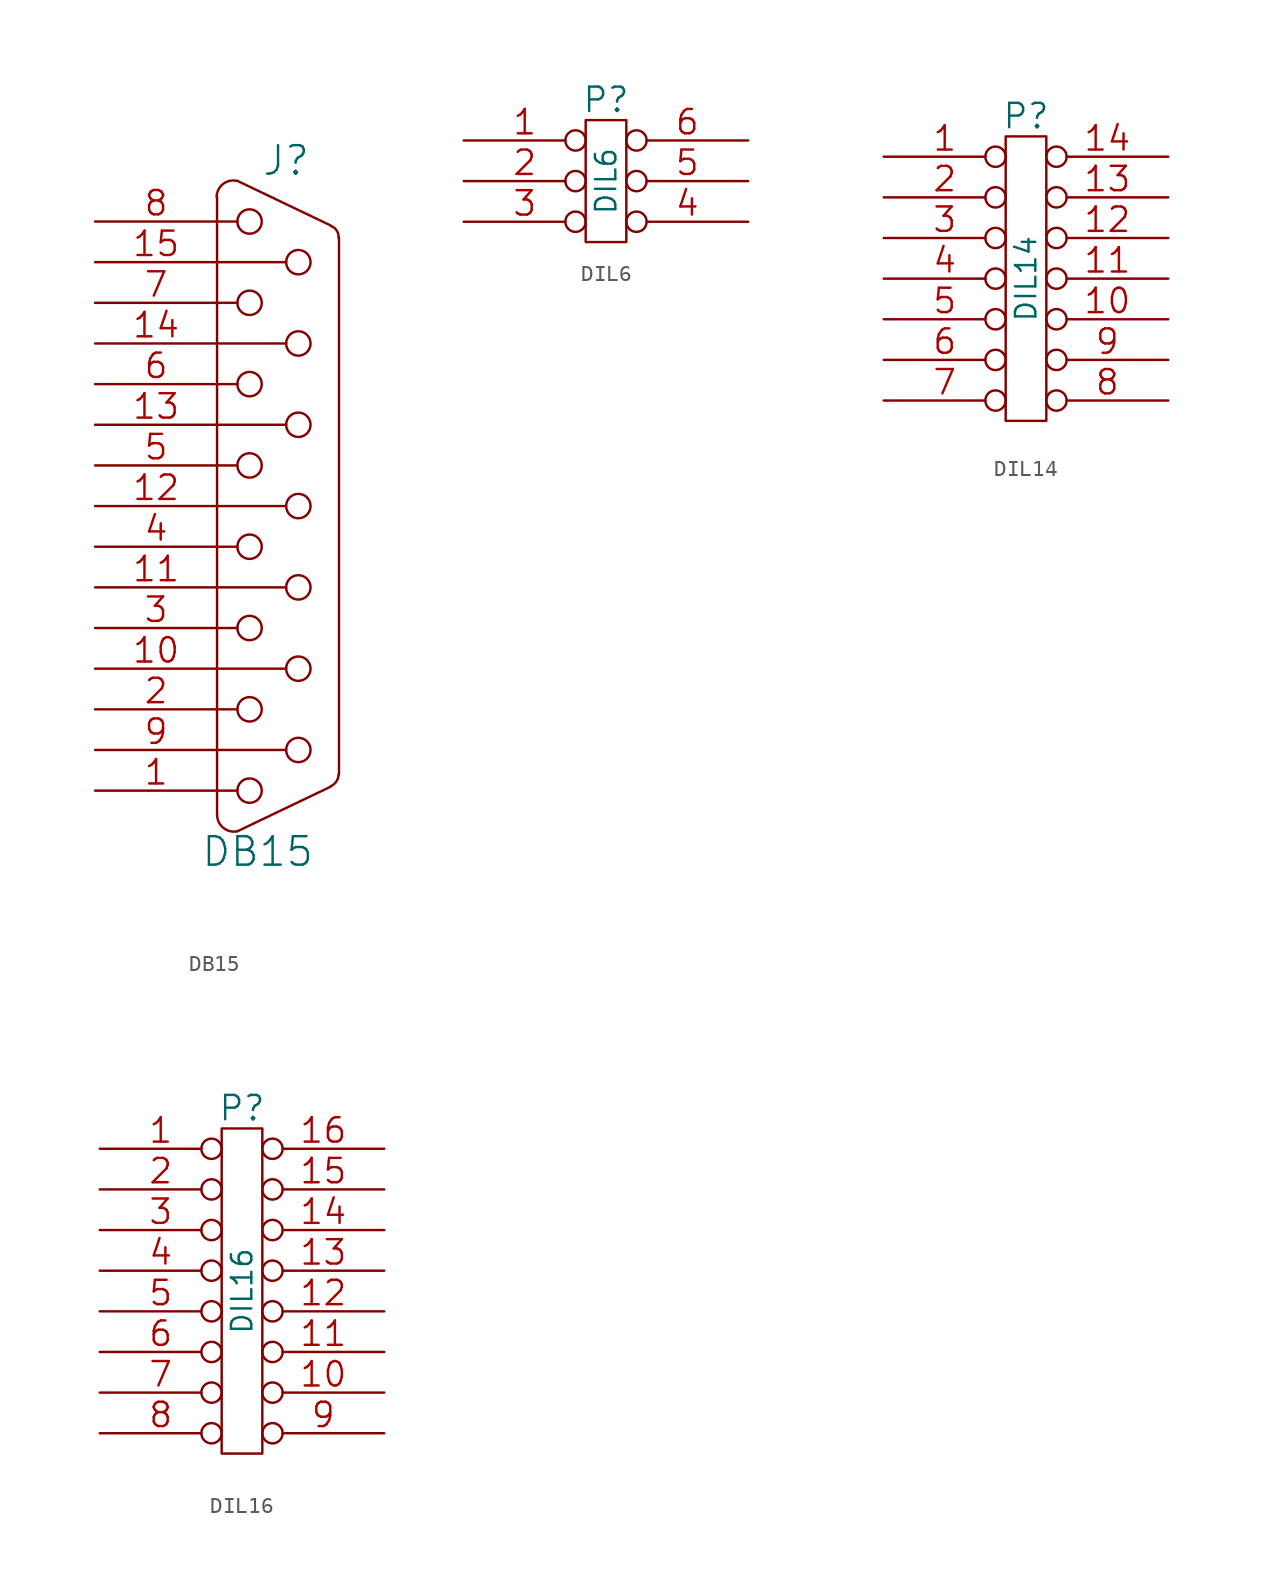
<source format=kicad_sym>
(kicad_symbol_lib
  (version 20220914)
  (generator kicad_symbol_editor)
  (symbol "DB15"
    (pin_names
      (offset 1.016) hide)
    (property "Reference" "J"
      (at 0.508 21.59 0)
      (effects (font (size 1.778 1.778))))
    (property "Value" "DB15"
      (at -1.27 -21.59 0)
      (effects (font (size 1.778 1.778))))
    (property "Footprint" ""
      (at 0 0 0)
      (effects (font (size 1.524 1.524))))
    (property "Datasheet" ""
      (at 0 0 0)
      (effects (font (size 1.524 1.524))))
    (symbol "DB15_0_1"
      (arc (start -3.81 -19.304) (mid -3.4118 -20.1103) (end -2.54 -20.32) (stroke (width 0) (type default)) (fill (type none)))
      (arc (start -2.5654 20.32) (mid -3.4446 20.1172) (end -3.8354 19.304) (stroke (width 0) (type default)) (fill (type none)))
      (circle (center -1.778 -17.78) (radius 0.762) (stroke (width 0) (type default)) (fill (type none)))
      (circle (center -1.778 -12.7) (radius 0.762) (stroke (width 0) (type default)) (fill (type none)))
      (circle (center -1.778 -7.62) (radius 0.762) (stroke (width 0) (type default)) (fill (type none)))
      (circle (center -1.778 -2.54) (radius 0.762) (stroke (width 0) (type default)) (fill (type none)))
      (circle (center -1.778 2.54) (radius 0.762) (stroke (width 0) (type default)) (fill (type none)))
      (circle (center -1.778 7.62) (radius 0.762) (stroke (width 0) (type default)) (fill (type none)))
      (circle (center -1.778 12.7) (radius 0.762) (stroke (width 0) (type default)) (fill (type none)))
      (circle (center -1.778 17.78) (radius 0.762) (stroke (width 0) (type default)) (fill (type none)))
      (polyline (pts (xy -3.81 -19.304) (xy -3.81 19.304)) (stroke (width 0) (type default)) (fill (type none)))
      (polyline (pts (xy -3.81 -17.78) (xy -2.54 -17.78)) (stroke (width 0) (type default)) (fill (type none)))
      (polyline (pts (xy -3.81 -15.24) (xy 0.508 -15.24)) (stroke (width 0) (type default)) (fill (type none)))
      (polyline (pts (xy -3.81 -12.7) (xy -2.54 -12.7)) (stroke (width 0) (type default)) (fill (type none)))
      (polyline (pts (xy -3.81 -10.16) (xy 0.508 -10.16)) (stroke (width 0) (type default)) (fill (type none)))
      (polyline (pts (xy -3.81 -7.62) (xy -2.54 -7.62)) (stroke (width 0) (type default)) (fill (type none)))
      (polyline (pts (xy -3.81 -5.08) (xy 0.508 -5.08)) (stroke (width 0) (type default)) (fill (type none)))
      (polyline (pts (xy -3.81 -2.54) (xy -2.54 -2.54)) (stroke (width 0) (type default)) (fill (type none)))
      (polyline (pts (xy -3.81 0) (xy 0.508 0)) (stroke (width 0) (type default)) (fill (type none)))
      (polyline (pts (xy -3.81 2.54) (xy -2.54 2.54)) (stroke (width 0) (type default)) (fill (type none)))
      (polyline (pts (xy -3.81 5.08) (xy 0.508 5.08)) (stroke (width 0) (type default)) (fill (type none)))
      (polyline (pts (xy -3.81 7.62) (xy -2.54 7.62)) (stroke (width 0) (type default)) (fill (type none)))
      (polyline (pts (xy -3.81 10.16) (xy 0.508 10.16)) (stroke (width 0) (type default)) (fill (type none)))
      (polyline (pts (xy -3.81 12.7) (xy -2.54 12.7)) (stroke (width 0) (type default)) (fill (type none)))
      (polyline (pts (xy -3.81 15.24) (xy 0.508 15.24)) (stroke (width 0) (type default)) (fill (type none)))
      (polyline (pts (xy -3.81 17.78) (xy -2.54 17.78)) (stroke (width 0) (type default)) (fill (type none)))
      (polyline (pts (xy 3.302 -17.526) (xy -2.54 -20.32)) (stroke (width 0) (type default)) (fill (type none)))
      (polyline (pts (xy 3.302 17.526) (xy -2.54 20.32)) (stroke (width 0) (type default)) (fill (type none)))
      (polyline (pts (xy 3.81 -16.764) (xy 3.81 16.764)) (stroke (width 0) (type default)) (fill (type none)))
      (circle (center 1.27 -15.24) (radius 0.762) (stroke (width 0) (type default)) (fill (type none)))
      (circle (center 1.27 -10.16) (radius 0.762) (stroke (width 0) (type default)) (fill (type none)))
      (circle (center 1.27 -5.08) (radius 0.762) (stroke (width 0) (type default)) (fill (type none)))
      (circle (center 1.27 0) (radius 0.762) (stroke (width 0) (type default)) (fill (type none)))
      (circle (center 1.27 5.08) (radius 0.762) (stroke (width 0) (type default)) (fill (type none)))
      (circle (center 1.27 10.16) (radius 0.762) (stroke (width 0) (type default)) (fill (type none)))
      (circle (center 1.27 15.24) (radius 0.762) (stroke (width 0) (type default)) (fill (type none)))
      (arc (start 3.302 -17.5006) (mid 3.6494 -17.2028) (end 3.7846 -16.764) (stroke (width 0) (type default)) (fill (type none)))
      (arc (start 3.7846 16.764) (mid 3.6682 17.2155) (end 3.302 17.5006) (stroke (width 0) (type default)) (fill (type none))))
    (symbol "DB15_1_1"
      (pin passive line (at -11.43 -17.78 0) (length 7.62) (name "1" (effects (font (size 1.524 1.524)))) (number "1" (effects (font (size 1.524 1.524)))))
      (pin passive line (at -11.43 -10.16 0) (length 7.62) (name "P10" (effects (font (size 1.524 1.524)))) (number "10" (effects (font (size 1.524 1.524)))))
      (pin passive line (at -11.43 -5.08 0) (length 7.62) (name "P111" (effects (font (size 1.524 1.524)))) (number "11" (effects (font (size 1.524 1.524)))))
      (pin passive line (at -11.43 0 0) (length 7.62) (name "P12" (effects (font (size 1.524 1.524)))) (number "12" (effects (font (size 1.524 1.524)))))
      (pin passive line (at -11.43 5.08 0) (length 7.62) (name "P13" (effects (font (size 1.524 1.524)))) (number "13" (effects (font (size 1.524 1.524)))))
      (pin passive line (at -11.43 10.16 0) (length 7.62) (name "P14" (effects (font (size 1.524 1.524)))) (number "14" (effects (font (size 1.524 1.524)))))
      (pin passive line (at -11.43 15.24 0) (length 7.62) (name "P15" (effects (font (size 1.524 1.524)))) (number "15" (effects (font (size 1.524 1.524)))))
      (pin passive line (at -11.43 -12.7 0) (length 7.62) (name "2" (effects (font (size 1.524 1.524)))) (number "2" (effects (font (size 1.524 1.524)))))
      (pin passive line (at -11.43 -7.62 0) (length 7.62) (name "3" (effects (font (size 1.524 1.524)))) (number "3" (effects (font (size 1.524 1.524)))))
      (pin passive line (at -11.43 -2.54 0) (length 7.62) (name "4" (effects (font (size 1.524 1.524)))) (number "4" (effects (font (size 1.524 1.524)))))
      (pin passive line (at -11.43 2.54 0) (length 7.62) (name "5" (effects (font (size 1.524 1.524)))) (number "5" (effects (font (size 1.524 1.524)))))
      (pin passive line (at -11.43 7.62 0) (length 7.62) (name "6" (effects (font (size 1.524 1.524)))) (number "6" (effects (font (size 1.524 1.524)))))
      (pin passive line (at -11.43 12.7 0) (length 7.62) (name "7" (effects (font (size 1.524 1.524)))) (number "7" (effects (font (size 1.524 1.524)))))
      (pin passive line (at -11.43 17.78 0) (length 7.62) (name "8" (effects (font (size 1.524 1.524)))) (number "8" (effects (font (size 1.524 1.524)))))
      (pin passive line (at -11.43 -15.24 0) (length 7.62) (name "P9" (effects (font (size 1.524 1.524)))) (number "9" (effects (font (size 1.524 1.524)))))))
  (symbol "DIL6"
    (pin_names
      (offset 1.016) hide)
    (property "Reference" "P"
      (at 0 5.08 0)
      (effects (font (size 1.524 1.524))))
    (property "Value" "DIL6"
      (at 0 0 90)
      (effects (font (size 1.27 1.27))))
    (property "Footprint" ""
      (at 0 0 0)
      (effects (font (size 1.524 1.524))))
    (property "Datasheet" ""
      (at 0 0 0)
      (effects (font (size 1.524 1.524))))
    (symbol "DIL6_0_1"
      (rectangle (start -1.27 3.81) (end 1.27 -3.81) (stroke (width 0) (type default)) (fill (type none))))
    (symbol "DIL6_1_1"
      (pin passive inverted (at -8.89 2.54 0) (length 7.62) (name "P1" (effects (font (size 1.524 1.524)))) (number "1" (effects (font (size 1.524 1.524)))))
      (pin passive inverted (at -8.89 0 0) (length 7.62) (name "P2" (effects (font (size 1.524 1.524)))) (number "2" (effects (font (size 1.524 1.524)))))
      (pin passive inverted (at -8.89 -2.54 0) (length 7.62) (name "P3" (effects (font (size 1.524 1.524)))) (number "3" (effects (font (size 1.524 1.524)))))
      (pin passive inverted (at 8.89 -2.54 180) (length 7.62) (name "P4" (effects (font (size 1.524 1.524)))) (number "4" (effects (font (size 1.524 1.524)))))
      (pin passive inverted (at 8.89 0 180) (length 7.62) (name "P5" (effects (font (size 1.524 1.524)))) (number "5" (effects (font (size 1.524 1.524)))))
      (pin passive inverted (at 8.89 2.54 180) (length 7.62) (name "P6" (effects (font (size 1.524 1.524)))) (number "6" (effects (font (size 1.524 1.524)))))))
  (symbol "DIL14"
    (pin_names
      (offset 1.016) hide)
    (property "Reference" "P"
      (at 0 10.16 0)
      (effects (font (size 1.524 1.524))))
    (property "Value" "DIL14"
      (at 0 0 90)
      (effects (font (size 1.27 1.27))))
    (property "Footprint" ""
      (at 0 0 0)
      (effects (font (size 1.524 1.524))))
    (property "Datasheet" ""
      (at 0 0 0)
      (effects (font (size 1.524 1.524))))
    (symbol "DIL14_0_1"
      (rectangle (start -1.27 8.89) (end 1.27 -8.89) (stroke (width 0) (type default)) (fill (type none))))
    (symbol "DIL14_1_1"
      (pin passive inverted (at -8.89 7.62 0) (length 7.62) (name "1" (effects (font (size 1.524 1.524)))) (number "1" (effects (font (size 1.524 1.524)))))
      (pin passive inverted (at 8.89 -2.54 180) (length 7.62) (name "10" (effects (font (size 1.524 1.524)))) (number "10" (effects (font (size 1.524 1.524)))))
      (pin passive inverted (at 8.89 0 180) (length 7.62) (name "11" (effects (font (size 1.524 1.524)))) (number "11" (effects (font (size 1.524 1.524)))))
      (pin passive inverted (at 8.89 2.54 180) (length 7.62) (name "12" (effects (font (size 1.524 1.524)))) (number "12" (effects (font (size 1.524 1.524)))))
      (pin passive inverted (at 8.89 5.08 180) (length 7.62) (name "13" (effects (font (size 1.524 1.524)))) (number "13" (effects (font (size 1.524 1.524)))))
      (pin passive inverted (at 8.89 7.62 180) (length 7.62) (name "14" (effects (font (size 1.524 1.524)))) (number "14" (effects (font (size 1.524 1.524)))))
      (pin passive inverted (at -8.89 5.08 0) (length 7.62) (name "2" (effects (font (size 1.524 1.524)))) (number "2" (effects (font (size 1.524 1.524)))))
      (pin passive inverted (at -8.89 2.54 0) (length 7.62) (name "3" (effects (font (size 1.524 1.524)))) (number "3" (effects (font (size 1.524 1.524)))))
      (pin passive inverted (at -8.89 0 0) (length 7.62) (name "4" (effects (font (size 1.524 1.524)))) (number "4" (effects (font (size 1.524 1.524)))))
      (pin passive inverted (at -8.89 -2.54 0) (length 7.62) (name "5" (effects (font (size 1.524 1.524)))) (number "5" (effects (font (size 1.524 1.524)))))
      (pin passive inverted (at -8.89 -5.08 0) (length 7.62) (name "6" (effects (font (size 1.524 1.524)))) (number "6" (effects (font (size 1.524 1.524)))))
      (pin passive inverted (at -8.89 -7.62 0) (length 7.62) (name "7" (effects (font (size 1.524 1.524)))) (number "7" (effects (font (size 1.524 1.524)))))
      (pin passive inverted (at 8.89 -7.62 180) (length 7.62) (name "8" (effects (font (size 1.524 1.524)))) (number "8" (effects (font (size 1.524 1.524)))))
      (pin passive inverted (at 8.89 -5.08 180) (length 7.62) (name "9" (effects (font (size 1.524 1.524)))) (number "9" (effects (font (size 1.524 1.524)))))))
  (symbol "DIL16"
    (pin_names
      (offset 1.016) hide)
    (property "Reference" "P"
      (at 0 11.43 0)
      (effects (font (size 1.524 1.524))))
    (property "Value" "DIL16"
      (at 0 0 90)
      (effects (font (size 1.27 1.27))))
    (property "Footprint" ""
      (at 0 0 0)
      (effects (font (size 1.524 1.524))))
    (property "Datasheet" ""
      (at 0 0 0)
      (effects (font (size 1.524 1.524))))
    (symbol "DIL16_0_1"
      (rectangle (start -1.27 10.16) (end 1.27 -10.16) (stroke (width 0) (type default)) (fill (type none))))
    (symbol "DIL16_1_1"
      (pin passive inverted (at -8.89 8.89 0) (length 7.62) (name "1" (effects (font (size 1.524 1.524)))) (number "1" (effects (font (size 1.524 1.524)))))
      (pin passive inverted (at 8.89 -6.35 180) (length 7.62) (name "10" (effects (font (size 1.524 1.524)))) (number "10" (effects (font (size 1.524 1.524)))))
      (pin passive inverted (at 8.89 -3.81 180) (length 7.62) (name "11" (effects (font (size 1.524 1.524)))) (number "11" (effects (font (size 1.524 1.524)))))
      (pin passive inverted (at 8.89 -1.27 180) (length 7.62) (name "12" (effects (font (size 1.524 1.524)))) (number "12" (effects (font (size 1.524 1.524)))))
      (pin passive inverted (at 8.89 1.27 180) (length 7.62) (name "13" (effects (font (size 1.524 1.524)))) (number "13" (effects (font (size 1.524 1.524)))))
      (pin passive inverted (at 8.89 3.81 180) (length 7.62) (name "14" (effects (font (size 1.524 1.524)))) (number "14" (effects (font (size 1.524 1.524)))))
      (pin passive inverted (at 8.89 6.35 180) (length 7.62) (name "15" (effects (font (size 1.524 1.524)))) (number "15" (effects (font (size 1.524 1.524)))))
      (pin passive inverted (at 8.89 8.89 180) (length 7.62) (name "16" (effects (font (size 1.524 1.524)))) (number "16" (effects (font (size 1.524 1.524)))))
      (pin passive inverted (at -8.89 6.35 0) (length 7.62) (name "2" (effects (font (size 1.524 1.524)))) (number "2" (effects (font (size 1.524 1.524)))))
      (pin passive inverted (at -8.89 3.81 0) (length 7.62) (name "3" (effects (font (size 1.524 1.524)))) (number "3" (effects (font (size 1.524 1.524)))))
      (pin passive inverted (at -8.89 1.27 0) (length 7.62) (name "4" (effects (font (size 1.524 1.524)))) (number "4" (effects (font (size 1.524 1.524)))))
      (pin passive inverted (at -8.89 -1.27 0) (length 7.62) (name "5" (effects (font (size 1.524 1.524)))) (number "5" (effects (font (size 1.524 1.524)))))
      (pin passive inverted (at -8.89 -3.81 0) (length 7.62) (name "6" (effects (font (size 1.524 1.524)))) (number "6" (effects (font (size 1.524 1.524)))))
      (pin passive inverted (at -8.89 -6.35 0) (length 7.62) (name "7" (effects (font (size 1.524 1.524)))) (number "7" (effects (font (size 1.524 1.524)))))
      (pin passive inverted (at -8.89 -8.89 0) (length 7.62) (name "8" (effects (font (size 1.524 1.524)))) (number "8" (effects (font (size 1.524 1.524)))))
      (pin passive inverted (at 8.89 -8.89 180) (length 7.62) (name "9" (effects (font (size 1.524 1.524)))) (number "9" (effects (font (size 1.524 1.524))))))))
</source>
